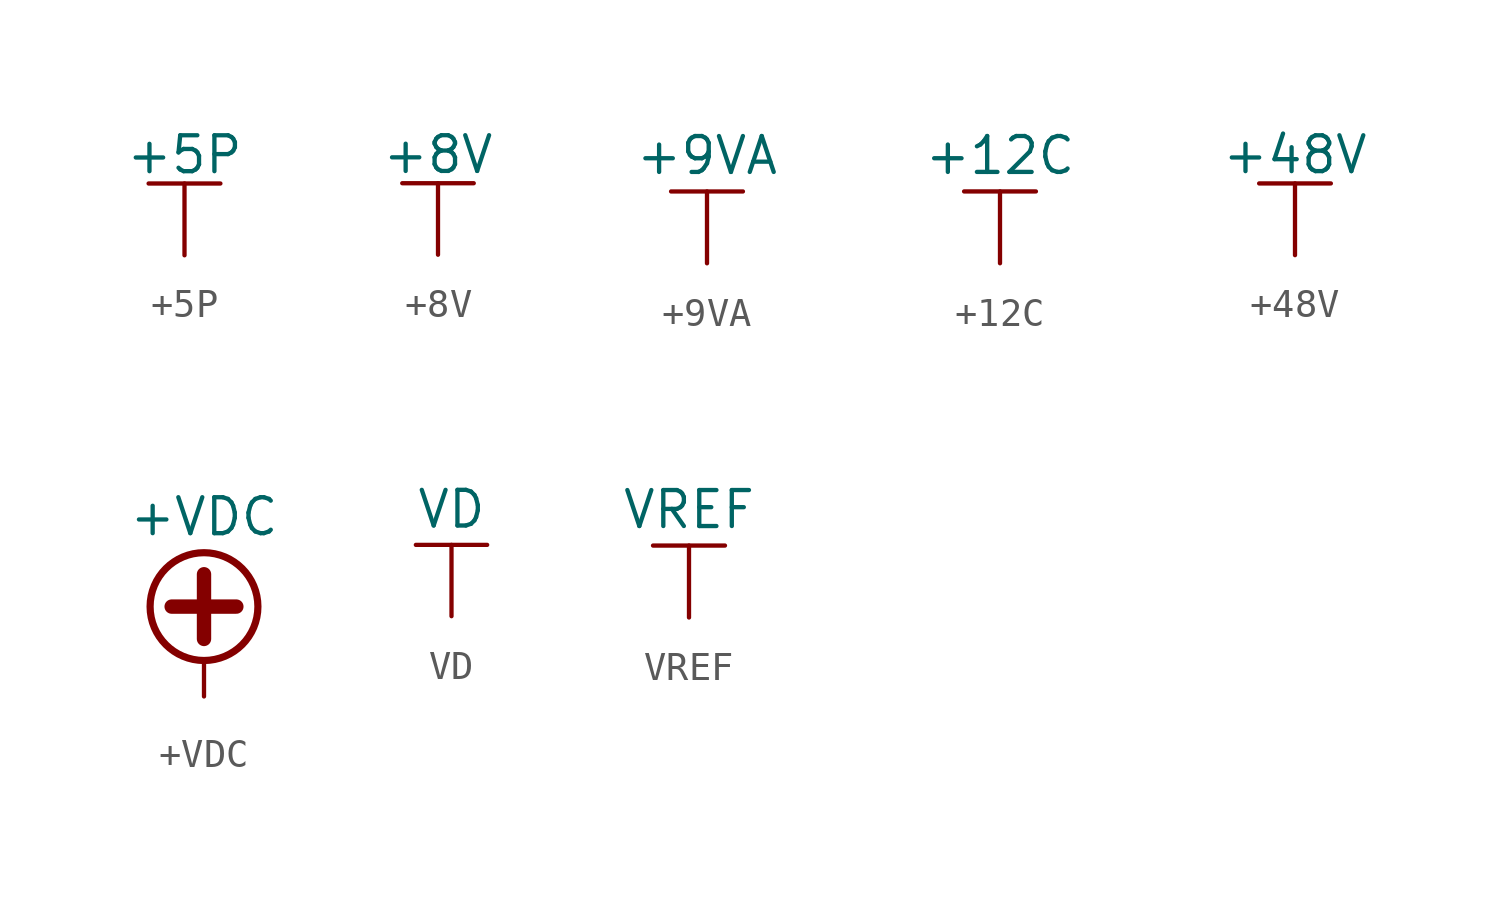
<source format=kicad_sym>
(kicad_symbol_lib
  (version 20220914)
  (generator kicad_symbol_editor)
  (symbol "+5P"
    (power)
    (pin_names
      (offset 0))
    (property "Reference" "#PWR"
      (at 0 -3.81 0)
      (effects (font (size 1.27 1.27)) hide))
    (property "Value" "+5P"
      (at 0 3.556 0)
      (effects (font (size 1.27 1.27))))
    (symbol "+5P_0_1"
      (polyline (pts (xy -1.27 2.54) (xy 1.27 2.54)) (stroke (width 0) (type solid)) (fill (type none)))
      (polyline (pts (xy 0 0) (xy 0 2.54)) (stroke (width 0) (type solid)) (fill (type none))))
    (symbol "+5P_1_1"
      (pin power_in line (at 0 0 90) (length 0) hide (name "+5P" (effects (font (size 1.27 1.27)))) (number "1" (effects (font (size 1.27 1.27)))))))
  (symbol "+8V"
    (power)
    (pin_names
      (offset 0))
    (property "Reference" "#PWR"
      (at 0 -3.81 0)
      (effects (font (size 1.27 1.27)) hide))
    (property "Value" "+8V"
      (at 0 3.556 0)
      (effects (font (size 1.27 1.27))))
    (symbol "+8V_0_1"
      (polyline (pts (xy -1.27 2.54) (xy 1.27 2.54)) (stroke (width 0) (type solid)) (fill (type none)))
      (polyline (pts (xy 0 0) (xy 0 2.54)) (stroke (width 0) (type solid)) (fill (type none))))
    (symbol "+8V_1_1"
      (pin power_in line (at 0 0 90) (length 0) hide (name "+8V" (effects (font (size 1.27 1.27)))) (number "1" (effects (font (size 1.27 1.27)))))))
  (symbol "+9VA"
    (power)
    (pin_names
      (offset 0))
    (property "Reference" "#PWR"
      (at 0 -3.175 0)
      (effects (font (size 1.27 1.27)) hide))
    (property "Value" "+9VA"
      (at 0 3.81 0)
      (effects (font (size 1.27 1.27))))
    (symbol "+9VA_0_1"
      (polyline (pts (xy -1.27 2.54) (xy 1.27 2.54)) (stroke (width 0) (type solid)) (fill (type none)))
      (polyline (pts (xy 0 0) (xy 0 2.54)) (stroke (width 0) (type solid)) (fill (type none))))
    (symbol "+9VA_1_1"
      (pin power_in line (at 0 0 90) (length 0) hide (name "+9VA" (effects (font (size 1.27 1.27)))) (number "1" (effects (font (size 1.27 1.27)))))))
  (symbol "+12C"
    (power)
    (pin_names
      (offset 0))
    (property "Reference" "#PWR"
      (at 0 -3.81 0)
      (effects (font (size 1.27 1.27)) hide))
    (property "Value" "+12C"
      (at 0 3.81 0)
      (effects (font (size 1.27 1.27))))
    (symbol "+12C_0_1"
      (polyline (pts (xy -1.27 2.54) (xy 1.27 2.54)) (stroke (width 0) (type solid)) (fill (type none)))
      (polyline (pts (xy 0 0) (xy 0 2.54)) (stroke (width 0) (type solid)) (fill (type none))))
    (symbol "+12C_1_1"
      (pin power_in line (at 0 0 90) (length 0) hide (name "+12C" (effects (font (size 1.27 1.27)))) (number "1" (effects (font (size 1.27 1.27)))))))
  (symbol "+48V"
    (power)
    (pin_names
      (offset 0))
    (property "Reference" "#PWR"
      (at 0 -3.81 0)
      (effects (font (size 1.27 1.27)) hide))
    (property "Value" "+48V"
      (at 0 3.556 0)
      (effects (font (size 1.27 1.27))))
    (symbol "+48V_0_1"
      (polyline (pts (xy 0 0) (xy 0 2.54)) (stroke (width 0) (type solid)) (fill (type none)))
      (polyline (pts (xy -1.27 2.54) (xy 0 2.54) (xy 1.27 2.54)) (stroke (width 0) (type solid)) (fill (type none))))
    (symbol "+48V_1_1"
      (pin power_in line (at 0 0 90) (length 0) hide (name "+48V" (effects (font (size 1.27 1.27)))) (number "1" (effects (font (size 1.27 1.27)))))))
  (symbol "+VDC"
    (power)
    (pin_names
      (offset 0))
    (property "Reference" "#PWR"
      (at 0 -2.54 0)
      (effects (font (size 1.27 1.27)) hide))
    (property "Value" "+VDC"
      (at 0 6.35 0)
      (effects (font (size 1.27 1.27))))
    (symbol "+VDC_0_1"
      (polyline (pts (xy -1.143 3.175) (xy 1.143 3.175)) (stroke (width 0.508) (type solid)) (fill (type none)))
      (polyline (pts (xy 0 0) (xy 0 1.27)) (stroke (width 0) (type solid)) (fill (type none)))
      (polyline (pts (xy 0 2.032) (xy 0 4.318)) (stroke (width 0.508) (type solid)) (fill (type none)))
      (circle (center 0 3.175) (radius 1.905) (stroke (width 0.254) (type solid)) (fill (type none))))
    (symbol "+VDC_1_1"
      (pin power_in line (at 0 0 90) (length 0) hide (name "+VDC" (effects (font (size 1.27 1.27)))) (number "1" (effects (font (size 1.27 1.27)))))))
  (symbol "VD"
    (power)
    (pin_names
      (offset 0))
    (property "Reference" "#PWR"
      (at 0 -3.81 0)
      (effects (font (size 1.27 1.27)) hide))
    (property "Value" "VD"
      (at 0 3.81 0)
      (effects (font (size 1.27 1.27))))
    (symbol "VD_1_1"
      (polyline (pts (xy -1.27 2.54) (xy 1.27 2.54)) (stroke (width 0) (type solid)) (fill (type none)))
      (polyline (pts (xy 0 0) (xy 0 2.54)) (stroke (width 0) (type solid)) (fill (type none)))
      (pin power_in line (at 0 0 90) (length 0) hide (name "VD" (effects (font (size 1.27 1.27)))) (number "1" (effects (font (size 1.27 1.27)))))))
  (symbol "VREF"
    (power)
    (pin_names
      (offset 0))
    (property "Reference" "#PWR"
      (at 0 -3.81 0)
      (effects (font (size 1.27 1.27)) hide))
    (property "Value" "VREF"
      (at 0 3.81 0)
      (effects (font (size 1.27 1.27))))
    (symbol "VREF_1_1"
      (polyline (pts (xy -1.27 2.54) (xy 1.27 2.54)) (stroke (width 0) (type solid)) (fill (type none)))
      (polyline (pts (xy 0 0) (xy 0 2.54)) (stroke (width 0) (type solid)) (fill (type none)))
      (pin power_in line (at 0 0 90) (length 0) hide (name "VREF" (effects (font (size 1.27 1.27)))) (number "1" (effects (font (size 1.27 1.27))))))))
</source>
